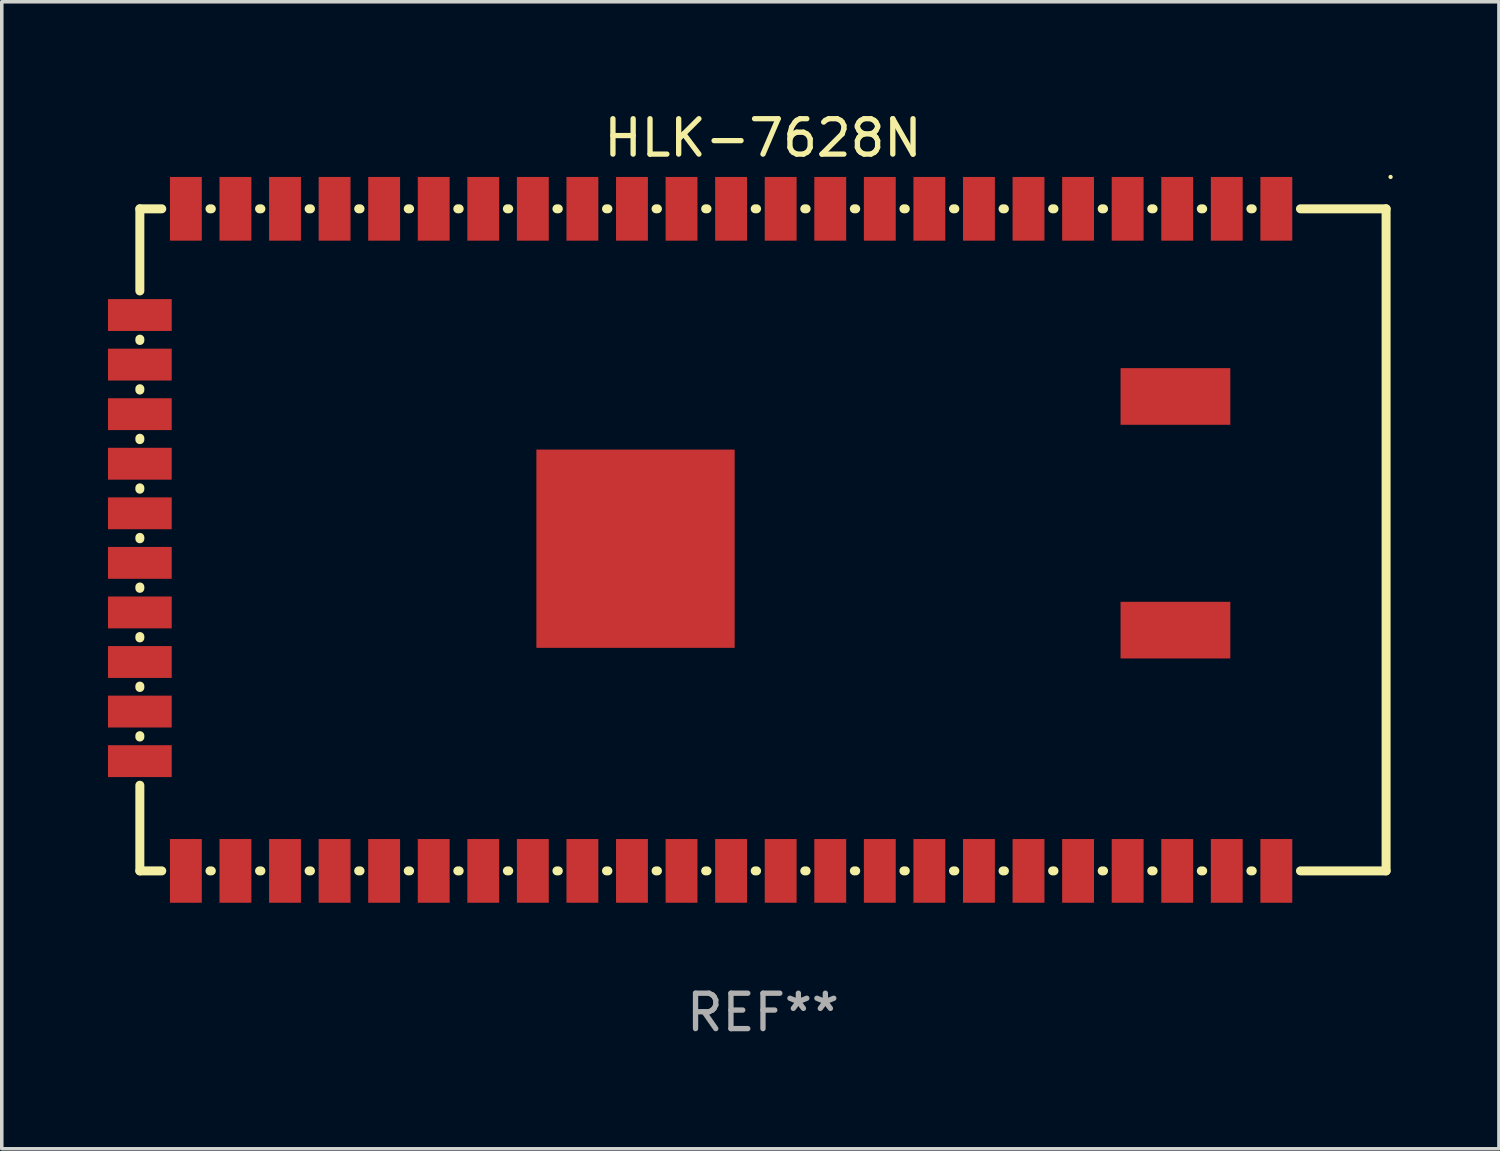
<source format=kicad_pcb>
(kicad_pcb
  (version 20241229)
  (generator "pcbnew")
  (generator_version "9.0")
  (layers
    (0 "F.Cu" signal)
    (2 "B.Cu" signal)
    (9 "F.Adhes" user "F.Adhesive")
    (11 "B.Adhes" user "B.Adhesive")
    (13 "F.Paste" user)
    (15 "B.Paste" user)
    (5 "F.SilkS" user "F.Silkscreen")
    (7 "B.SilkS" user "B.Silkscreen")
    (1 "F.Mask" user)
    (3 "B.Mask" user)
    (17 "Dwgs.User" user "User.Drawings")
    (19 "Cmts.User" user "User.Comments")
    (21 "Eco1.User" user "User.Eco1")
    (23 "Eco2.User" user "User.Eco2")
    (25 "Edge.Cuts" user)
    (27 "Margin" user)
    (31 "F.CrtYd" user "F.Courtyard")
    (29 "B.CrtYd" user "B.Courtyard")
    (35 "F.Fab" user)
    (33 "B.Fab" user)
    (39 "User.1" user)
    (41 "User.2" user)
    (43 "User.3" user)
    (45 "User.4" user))
  (footprint "HLK-7628N"
    (layer "F.Cu")
    (at 18.5 12.198)
    (property "Reference" "HLK-7628N" (at 0 -11.35 0) (layer "F.SilkS") (effects (font (size 1 1) (thickness 0.15))))
    (attr through_hole)
    (fp_line (start -17.6 -9.35) (end -17.6 -7.031) (stroke (width 0.254) (type solid)) (layer "F.SilkS"))
    (fp_line (start -17.6 -9.35) (end -16.981 -9.35) (stroke (width 0.254) (type solid)) (layer "F.SilkS"))
    (fp_line (start -17.6 -5.669) (end -17.6 -5.631) (stroke (width 0.254) (type solid)) (layer "F.SilkS"))
    (fp_line (start -17.6 -4.269) (end -17.6 -4.231) (stroke (width 0.254) (type solid)) (layer "F.SilkS"))
    (fp_line (start -17.6 -2.869) (end -17.6 -2.831) (stroke (width 0.254) (type solid)) (layer "F.SilkS"))
    (fp_line (start -17.6 -1.469) (end -17.6 -1.431) (stroke (width 0.254) (type solid)) (layer "F.SilkS"))
    (fp_line (start -17.6 -0.069) (end -17.6 -0.031) (stroke (width 0.254) (type solid)) (layer "F.SilkS"))
    (fp_line (start -17.6 1.331) (end -17.6 1.369) (stroke (width 0.254) (type solid)) (layer "F.SilkS"))
    (fp_line (start -17.6 2.731) (end -17.6 2.769) (stroke (width 0.254) (type solid)) (layer "F.SilkS"))
    (fp_line (start -17.6 4.131) (end -17.6 4.169) (stroke (width 0.254) (type solid)) (layer "F.SilkS"))
    (fp_line (start -17.6 5.531) (end -17.6 5.569) (stroke (width 0.254) (type solid)) (layer "F.SilkS"))
    (fp_line (start -17.6 6.931) (end -17.6 9.35) (stroke (width 0.254) (type solid)) (layer "F.SilkS"))
    (fp_line (start -17.6 9.35) (end -16.981 9.35) (stroke (width 0.254) (type solid)) (layer "F.SilkS"))
    (fp_line (start -15.619 -9.35) (end -15.581 -9.35) (stroke (width 0.254) (type solid)) (layer "F.SilkS"))
    (fp_line (start -15.619 9.35) (end -15.581 9.35) (stroke (width 0.254) (type solid)) (layer "F.SilkS"))
    (fp_line (start -14.219 -9.35) (end -14.181 -9.35) (stroke (width 0.254) (type solid)) (layer "F.SilkS"))
    (fp_line (start -14.219 9.35) (end -14.181 9.35) (stroke (width 0.254) (type solid)) (layer "F.SilkS"))
    (fp_line (start -12.819 -9.35) (end -12.781 -9.35) (stroke (width 0.254) (type solid)) (layer "F.SilkS"))
    (fp_line (start -12.819 9.35) (end -12.781 9.35) (stroke (width 0.254) (type solid)) (layer "F.SilkS"))
    (fp_line (start -11.419 -9.35) (end -11.381 -9.35) (stroke (width 0.254) (type solid)) (layer "F.SilkS"))
    (fp_line (start -11.419 9.35) (end -11.381 9.35) (stroke (width 0.254) (type solid)) (layer "F.SilkS"))
    (fp_line (start -10.019 -9.35) (end -9.981 -9.35) (stroke (width 0.254) (type solid)) (layer "F.SilkS"))
    (fp_line (start -10.019 9.35) (end -9.981 9.35) (stroke (width 0.254) (type solid)) (layer "F.SilkS"))
    (fp_line (start -8.619 -9.35) (end -8.581 -9.35) (stroke (width 0.254) (type solid)) (layer "F.SilkS"))
    (fp_line (start -8.619 9.35) (end -8.581 9.35) (stroke (width 0.254) (type solid)) (layer "F.SilkS"))
    (fp_line (start -7.219 -9.35) (end -7.181 -9.35) (stroke (width 0.254) (type solid)) (layer "F.SilkS"))
    (fp_line (start -7.219 9.35) (end -7.181 9.35) (stroke (width 0.254) (type solid)) (layer "F.SilkS"))
    (fp_line (start -5.819 -9.35) (end -5.781 -9.35) (stroke (width 0.254) (type solid)) (layer "F.SilkS"))
    (fp_line (start -5.819 9.35) (end -5.781 9.35) (stroke (width 0.254) (type solid)) (layer "F.SilkS"))
    (fp_line (start -4.419 -9.35) (end -4.381 -9.35) (stroke (width 0.254) (type solid)) (layer "F.SilkS"))
    (fp_line (start -4.419 9.35) (end -4.381 9.35) (stroke (width 0.254) (type solid)) (layer "F.SilkS"))
    (fp_line (start -3.019 -9.35) (end -2.981 -9.35) (stroke (width 0.254) (type solid)) (layer "F.SilkS"))
    (fp_line (start -3.019 9.35) (end -2.981 9.35) (stroke (width 0.254) (type solid)) (layer "F.SilkS"))
    (fp_line (start -1.619 -9.35) (end -1.581 -9.35) (stroke (width 0.254) (type solid)) (layer "F.SilkS"))
    (fp_line (start -1.619 9.35) (end -1.581 9.35) (stroke (width 0.254) (type solid)) (layer "F.SilkS"))
    (fp_line (start -0.219 -9.35) (end -0.181 -9.35) (stroke (width 0.254) (type solid)) (layer "F.SilkS"))
    (fp_line (start -0.219 9.35) (end -0.181 9.35) (stroke (width 0.254) (type solid)) (layer "F.SilkS"))
    (fp_line (start 1.181 -9.35) (end 1.219 -9.35) (stroke (width 0.254) (type solid)) (layer "F.SilkS"))
    (fp_line (start 1.181 9.35) (end 1.219 9.35) (stroke (width 0.254) (type solid)) (layer "F.SilkS"))
    (fp_line (start 2.581 -9.35) (end 2.619 -9.35) (stroke (width 0.254) (type solid)) (layer "F.SilkS"))
    (fp_line (start 2.581 9.35) (end 2.619 9.35) (stroke (width 0.254) (type solid)) (layer "F.SilkS"))
    (fp_line (start 3.981 -9.35) (end 4.019 -9.35) (stroke (width 0.254) (type solid)) (layer "F.SilkS"))
    (fp_line (start 3.981 9.35) (end 4.019 9.35) (stroke (width 0.254) (type solid)) (layer "F.SilkS"))
    (fp_line (start 5.381 -9.35) (end 5.419 -9.35) (stroke (width 0.254) (type solid)) (layer "F.SilkS"))
    (fp_line (start 5.381 9.35) (end 5.419 9.35) (stroke (width 0.254) (type solid)) (layer "F.SilkS"))
    (fp_line (start 6.781 -9.35) (end 6.819 -9.35) (stroke (width 0.254) (type solid)) (layer "F.SilkS"))
    (fp_line (start 6.781 9.35) (end 6.819 9.35) (stroke (width 0.254) (type solid)) (layer "F.SilkS"))
    (fp_line (start 8.181 -9.35) (end 8.219 -9.35) (stroke (width 0.254) (type solid)) (layer "F.SilkS"))
    (fp_line (start 8.181 9.35) (end 8.219 9.35) (stroke (width 0.254) (type solid)) (layer "F.SilkS"))
    (fp_line (start 9.581 -9.35) (end 9.619 -9.35) (stroke (width 0.254) (type solid)) (layer "F.SilkS"))
    (fp_line (start 9.581 9.35) (end 9.619 9.35) (stroke (width 0.254) (type solid)) (layer "F.SilkS"))
    (fp_line (start 10.981 -9.35) (end 11.019 -9.35) (stroke (width 0.254) (type solid)) (layer "F.SilkS"))
    (fp_line (start 10.981 9.35) (end 11.019 9.35) (stroke (width 0.254) (type solid)) (layer "F.SilkS"))
    (fp_line (start 12.381 -9.35) (end 12.419 -9.35) (stroke (width 0.254) (type solid)) (layer "F.SilkS"))
    (fp_line (start 12.381 9.35) (end 12.419 9.35) (stroke (width 0.254) (type solid)) (layer "F.SilkS"))
    (fp_line (start 13.781 -9.35) (end 13.819 -9.35) (stroke (width 0.254) (type solid)) (layer "F.SilkS"))
    (fp_line (start 13.781 9.35) (end 13.819 9.35) (stroke (width 0.254) (type solid)) (layer "F.SilkS"))
    (fp_line (start 15.181 9.35) (end 17.6 9.35) (stroke (width 0.254) (type solid)) (layer "F.SilkS"))
    (fp_line (start 15.181 -9.35) (end 17.6 -9.35) (stroke (width 0.254) (type solid)) (layer "F.SilkS"))
    (fp_line (start 17.6 9.35) (end 17.6 -9.35) (stroke (width 0.254) (type solid)) (layer "F.SilkS"))
    (fp_circle (center 17.727 -10.25) (end 17.757 -10.25) (stroke (width 0.06) (type solid)) (fill no) (layer "F.SilkS"))
    (fp_text user "REF**" (at 0 13.35 0) (layer "F.Fab") (effects (font (size 1 1) (thickness 0.15))))
    (pad "1" smd rect (at 14.5 -9.35) (size 0.9 1.8) (layers "F.Cu" "F.Mask" "F.Paste"))
    (pad "2" smd rect (at 13.1 -9.35) (size 0.9 1.8) (layers "F.Cu" "F.Mask" "F.Paste"))
    (pad "3" smd rect (at 11.7 -9.35) (size 0.9 1.8) (layers "F.Cu" "F.Mask" "F.Paste"))
    (pad "4" smd rect (at 10.3 -9.35) (size 0.9 1.8) (layers "F.Cu" "F.Mask" "F.Paste"))
    (pad "5" smd rect (at 8.9 -9.35) (size 0.9 1.8) (layers "F.Cu" "F.Mask" "F.Paste"))
    (pad "6" smd rect (at 7.5 -9.35) (size 0.9 1.8) (layers "F.Cu" "F.Mask" "F.Paste"))
    (pad "7" smd rect (at 6.1 -9.35) (size 0.9 1.8) (layers "F.Cu" "F.Mask" "F.Paste"))
    (pad "8" smd rect (at 4.7 -9.35) (size 0.9 1.8) (layers "F.Cu" "F.Mask" "F.Paste"))
    (pad "9" smd rect (at 3.3 -9.35) (size 0.9 1.8) (layers "F.Cu" "F.Mask" "F.Paste"))
    (pad "10" smd rect (at 1.9 -9.35) (size 0.9 1.8) (layers "F.Cu" "F.Mask" "F.Paste"))
    (pad "11" smd rect (at 0.5 -9.35) (size 0.9 1.8) (layers "F.Cu" "F.Mask" "F.Paste"))
    (pad "12" smd rect (at -0.9 -9.35) (size 0.9 1.8) (layers "F.Cu" "F.Mask" "F.Paste"))
    (pad "13" smd rect (at -2.3 -9.35) (size 0.9 1.8) (layers "F.Cu" "F.Mask" "F.Paste"))
    (pad "14" smd rect (at -3.7 -9.35) (size 0.9 1.8) (layers "F.Cu" "F.Mask" "F.Paste"))
    (pad "15" smd rect (at -5.1 -9.35) (size 0.9 1.8) (layers "F.Cu" "F.Mask" "F.Paste"))
    (pad "16" smd rect (at -6.5 -9.35) (size 0.9 1.8) (layers "F.Cu" "F.Mask" "F.Paste"))
    (pad "17" smd rect (at -7.9 -9.35) (size 0.9 1.8) (layers "F.Cu" "F.Mask" "F.Paste"))
    (pad "18" smd rect (at -9.3 -9.35) (size 0.9 1.8) (layers "F.Cu" "F.Mask" "F.Paste"))
    (pad "19" smd rect (at -10.7 -9.35) (size 0.9 1.8) (layers "F.Cu" "F.Mask" "F.Paste"))
    (pad "20" smd rect (at -12.1 -9.35) (size 0.9 1.8) (layers "F.Cu" "F.Mask" "F.Paste"))
    (pad "21" smd rect (at -13.5 -9.35) (size 0.9 1.8) (layers "F.Cu" "F.Mask" "F.Paste"))
    (pad "22" smd rect (at -14.9 -9.35) (size 0.9 1.8) (layers "F.Cu" "F.Mask" "F.Paste"))
    (pad "23" smd rect (at -16.3 -9.35) (size 0.9 1.8) (layers "F.Cu" "F.Mask" "F.Paste"))
    (pad "24" smd rect (at -17.6 -6.35 90) (size 0.9 1.8) (layers "F.Cu" "F.Mask" "F.Paste"))
    (pad "25" smd rect (at -17.6 -4.95 90) (size 0.9 1.8) (layers "F.Cu" "F.Mask" "F.Paste"))
    (pad "26" smd rect (at -17.6 -3.55 90) (size 0.9 1.8) (layers "F.Cu" "F.Mask" "F.Paste"))
    (pad "27" smd rect (at -17.6 -2.15 90) (size 0.9 1.8) (layers "F.Cu" "F.Mask" "F.Paste"))
    (pad "28" smd rect (at -17.6 -0.75 90) (size 0.9 1.8) (layers "F.Cu" "F.Mask" "F.Paste"))
    (pad "29" smd rect (at -17.6 0.65 90) (size 0.9 1.8) (layers "F.Cu" "F.Mask" "F.Paste"))
    (pad "30" smd rect (at -17.6 2.05 90) (size 0.9 1.8) (layers "F.Cu" "F.Mask" "F.Paste"))
    (pad "31" smd rect (at -17.6 3.45 90) (size 0.9 1.8) (layers "F.Cu" "F.Mask" "F.Paste"))
    (pad "32" smd rect (at -17.6 4.85 90) (size 0.9 1.8) (layers "F.Cu" "F.Mask" "F.Paste"))
    (pad "33" smd rect (at -17.6 6.25 90) (size 0.9 1.8) (layers "F.Cu" "F.Mask" "F.Paste"))
    (pad "34" smd rect (at -16.3 9.35 180) (size 0.9 1.8) (layers "F.Cu" "F.Mask" "F.Paste"))
    (pad "35" smd rect (at -14.9 9.35 180) (size 0.9 1.8) (layers "F.Cu" "F.Mask" "F.Paste"))
    (pad "36" smd rect (at -13.5 9.35 180) (size 0.9 1.8) (layers "F.Cu" "F.Mask" "F.Paste"))
    (pad "37" smd rect (at -12.1 9.35 180) (size 0.9 1.8) (layers "F.Cu" "F.Mask" "F.Paste"))
    (pad "38" smd rect (at -10.7 9.35 180) (size 0.9 1.8) (layers "F.Cu" "F.Mask" "F.Paste"))
    (pad "39" smd rect (at -9.3 9.35 180) (size 0.9 1.8) (layers "F.Cu" "F.Mask" "F.Paste"))
    (pad "40" smd rect (at -7.9 9.35 180) (size 0.9 1.8) (layers "F.Cu" "F.Mask" "F.Paste"))
    (pad "41" smd rect (at -6.5 9.35 180) (size 0.9 1.8) (layers "F.Cu" "F.Mask" "F.Paste"))
    (pad "42" smd rect (at -5.1 9.35 180) (size 0.9 1.8) (layers "F.Cu" "F.Mask" "F.Paste"))
    (pad "43" smd rect (at -3.7 9.35 180) (size 0.9 1.8) (layers "F.Cu" "F.Mask" "F.Paste"))
    (pad "44" smd rect (at -2.3 9.35 180) (size 0.9 1.8) (layers "F.Cu" "F.Mask" "F.Paste"))
    (pad "45" smd rect (at -0.9 9.35 180) (size 0.9 1.8) (layers "F.Cu" "F.Mask" "F.Paste"))
    (pad "46" smd rect (at 0.5 9.35 180) (size 0.9 1.8) (layers "F.Cu" "F.Mask" "F.Paste"))
    (pad "47" smd rect (at 1.9 9.35 180) (size 0.9 1.8) (layers "F.Cu" "F.Mask" "F.Paste"))
    (pad "48" smd rect (at 3.3 9.35 180) (size 0.9 1.8) (layers "F.Cu" "F.Mask" "F.Paste"))
    (pad "49" smd rect (at 4.7 9.35 180) (size 0.9 1.8) (layers "F.Cu" "F.Mask" "F.Paste"))
    (pad "50" smd rect (at 6.1 9.35 180) (size 0.9 1.8) (layers "F.Cu" "F.Mask" "F.Paste"))
    (pad "51" smd rect (at 7.5 9.35 180) (size 0.9 1.8) (layers "F.Cu" "F.Mask" "F.Paste"))
    (pad "52" smd rect (at 8.9 9.35 180) (size 0.9 1.8) (layers "F.Cu" "F.Mask" "F.Paste"))
    (pad "53" smd rect (at 10.3 9.35 180) (size 0.9 1.8) (layers "F.Cu" "F.Mask" "F.Paste"))
    (pad "54" smd rect (at 11.7 9.35 180) (size 0.9 1.8) (layers "F.Cu" "F.Mask" "F.Paste"))
    (pad "55" smd rect (at 13.1 9.35 180) (size 0.9 1.8) (layers "F.Cu" "F.Mask" "F.Paste"))
    (pad "56" smd rect (at 14.5 9.35 180) (size 0.9 1.8) (layers "F.Cu" "F.Mask" "F.Paste"))
    (pad "57" smd rect (at -3.6 0.25) (size 5.6 5.6) (layers "F.Cu" "F.Mask" "F.Paste"))
    (pad "58" smd rect (at 11.65 2.55) (size 3.1 1.6) (layers "F.Cu" "F.Mask" "F.Paste"))
    (pad "59" smd rect (at 11.65 -4.05) (size 3.1 1.6) (layers "F.Cu" "F.Mask" "F.Paste")))
  (gr_rect
    (start -3 -3)
    (end 39.287 29.397)
    (stroke (width 0.1) (type default))
    (fill no)
    (layer "Edge.Cuts")))
</source>
